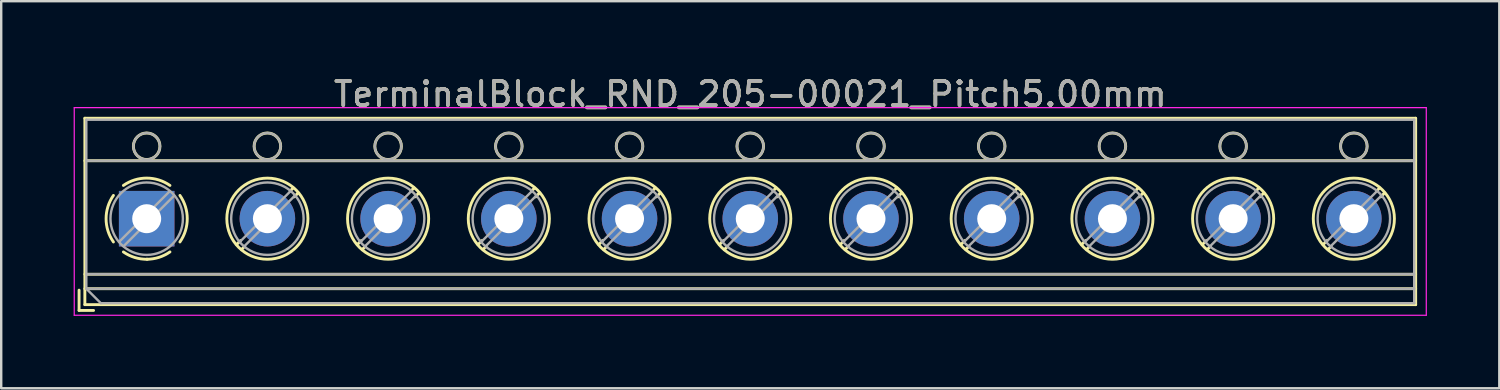
<source format=kicad_pcb>
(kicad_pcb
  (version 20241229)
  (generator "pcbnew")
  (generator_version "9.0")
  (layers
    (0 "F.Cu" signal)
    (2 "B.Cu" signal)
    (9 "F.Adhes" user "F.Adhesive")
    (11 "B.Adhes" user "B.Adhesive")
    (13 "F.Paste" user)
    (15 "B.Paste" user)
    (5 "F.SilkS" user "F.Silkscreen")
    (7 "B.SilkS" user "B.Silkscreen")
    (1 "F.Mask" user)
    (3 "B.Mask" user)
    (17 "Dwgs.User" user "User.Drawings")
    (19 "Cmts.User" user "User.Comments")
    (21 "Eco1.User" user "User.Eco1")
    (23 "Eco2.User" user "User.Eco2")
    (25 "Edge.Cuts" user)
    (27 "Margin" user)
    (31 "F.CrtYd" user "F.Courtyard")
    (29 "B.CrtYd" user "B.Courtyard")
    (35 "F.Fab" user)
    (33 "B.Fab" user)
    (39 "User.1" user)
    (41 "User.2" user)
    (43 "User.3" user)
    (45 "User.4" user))
  (footprint "TerminalBlock_RND_205-00021_Pitch5.00mm"
    (layer "F.Cu")
    (at 3.025 6.008)
    (property "Reference" "TerminalBlock_RND_205-00021_Pitch5.00mm" (at 25 -5.16 0) (layer "F.SilkS") (effects (font (size 1 1) (thickness 0.15))))
    (attr through_hole)
    (fp_line (start -2.8 2.96) (end -2.8 3.8) (stroke (width 0.12) (type solid)) (layer "F.SilkS"))
    (fp_line (start -2.8 3.8) (end -2.2 3.8) (stroke (width 0.12) (type solid)) (layer "F.SilkS"))
    (fp_line (start -2.56 -4.16) (end -2.56 3.56) (stroke (width 0.12) (type solid)) (layer "F.SilkS"))
    (fp_line (start -2.56 -2.4) (end 52.56 -2.4) (stroke (width 0.12) (type solid)) (layer "F.SilkS"))
    (fp_line (start -2.56 2.3) (end 52.56 2.3) (stroke (width 0.12) (type solid)) (layer "F.SilkS"))
    (fp_line (start -2.56 2.9) (end 52.56 2.9) (stroke (width 0.12) (type solid)) (layer "F.SilkS"))
    (fp_line (start -2.56 3.56) (end 52.56 3.56) (stroke (width 0.12) (type solid)) (layer "F.SilkS"))
    (fp_line (start 3.89 0.905) (end 3.726 1.069) (stroke (width 0.12) (type solid)) (layer "F.SilkS"))
    (fp_line (start 4.06 1.146) (end 3.931 1.274) (stroke (width 0.12) (type solid)) (layer "F.SilkS"))
    (fp_line (start 6.07 -1.275) (end 5.941 -1.146) (stroke (width 0.12) (type solid)) (layer "F.SilkS"))
    (fp_line (start 6.275 -1.069) (end 6.111 -0.905) (stroke (width 0.12) (type solid)) (layer "F.SilkS"))
    (fp_line (start 8.89 0.905) (end 8.726 1.069) (stroke (width 0.12) (type solid)) (layer "F.SilkS"))
    (fp_line (start 9.06 1.146) (end 8.931 1.274) (stroke (width 0.12) (type solid)) (layer "F.SilkS"))
    (fp_line (start 11.07 -1.275) (end 10.941 -1.146) (stroke (width 0.12) (type solid)) (layer "F.SilkS"))
    (fp_line (start 11.275 -1.069) (end 11.111 -0.905) (stroke (width 0.12) (type solid)) (layer "F.SilkS"))
    (fp_line (start 13.89 0.905) (end 13.726 1.069) (stroke (width 0.12) (type solid)) (layer "F.SilkS"))
    (fp_line (start 14.06 1.146) (end 13.931 1.274) (stroke (width 0.12) (type solid)) (layer "F.SilkS"))
    (fp_line (start 16.07 -1.275) (end 15.941 -1.146) (stroke (width 0.12) (type solid)) (layer "F.SilkS"))
    (fp_line (start 16.275 -1.069) (end 16.111 -0.905) (stroke (width 0.12) (type solid)) (layer "F.SilkS"))
    (fp_line (start 18.89 0.905) (end 18.726 1.069) (stroke (width 0.12) (type solid)) (layer "F.SilkS"))
    (fp_line (start 19.06 1.146) (end 18.931 1.274) (stroke (width 0.12) (type solid)) (layer "F.SilkS"))
    (fp_line (start 21.07 -1.275) (end 20.941 -1.146) (stroke (width 0.12) (type solid)) (layer "F.SilkS"))
    (fp_line (start 21.275 -1.069) (end 21.111 -0.905) (stroke (width 0.12) (type solid)) (layer "F.SilkS"))
    (fp_line (start 23.89 0.905) (end 23.726 1.069) (stroke (width 0.12) (type solid)) (layer "F.SilkS"))
    (fp_line (start 24.06 1.146) (end 23.931 1.274) (stroke (width 0.12) (type solid)) (layer "F.SilkS"))
    (fp_line (start 26.07 -1.275) (end 25.941 -1.146) (stroke (width 0.12) (type solid)) (layer "F.SilkS"))
    (fp_line (start 26.275 -1.069) (end 26.111 -0.905) (stroke (width 0.12) (type solid)) (layer "F.SilkS"))
    (fp_line (start 28.89 0.905) (end 28.726 1.069) (stroke (width 0.12) (type solid)) (layer "F.SilkS"))
    (fp_line (start 29.06 1.146) (end 28.931 1.274) (stroke (width 0.12) (type solid)) (layer "F.SilkS"))
    (fp_line (start 31.07 -1.275) (end 30.941 -1.146) (stroke (width 0.12) (type solid)) (layer "F.SilkS"))
    (fp_line (start 31.275 -1.069) (end 31.111 -0.905) (stroke (width 0.12) (type solid)) (layer "F.SilkS"))
    (fp_line (start 33.89 0.905) (end 33.726 1.069) (stroke (width 0.12) (type solid)) (layer "F.SilkS"))
    (fp_line (start 34.06 1.146) (end 33.931 1.274) (stroke (width 0.12) (type solid)) (layer "F.SilkS"))
    (fp_line (start 36.07 -1.275) (end 35.941 -1.146) (stroke (width 0.12) (type solid)) (layer "F.SilkS"))
    (fp_line (start 36.275 -1.069) (end 36.111 -0.905) (stroke (width 0.12) (type solid)) (layer "F.SilkS"))
    (fp_line (start 38.89 0.905) (end 38.726 1.069) (stroke (width 0.12) (type solid)) (layer "F.SilkS"))
    (fp_line (start 39.06 1.146) (end 38.931 1.274) (stroke (width 0.12) (type solid)) (layer "F.SilkS"))
    (fp_line (start 41.07 -1.275) (end 40.941 -1.146) (stroke (width 0.12) (type solid)) (layer "F.SilkS"))
    (fp_line (start 41.275 -1.069) (end 41.111 -0.905) (stroke (width 0.12) (type solid)) (layer "F.SilkS"))
    (fp_line (start 43.89 0.905) (end 43.726 1.069) (stroke (width 0.12) (type solid)) (layer "F.SilkS"))
    (fp_line (start 44.06 1.146) (end 43.931 1.274) (stroke (width 0.12) (type solid)) (layer "F.SilkS"))
    (fp_line (start 46.07 -1.275) (end 45.941 -1.146) (stroke (width 0.12) (type solid)) (layer "F.SilkS"))
    (fp_line (start 46.275 -1.069) (end 46.111 -0.905) (stroke (width 0.12) (type solid)) (layer "F.SilkS"))
    (fp_line (start 48.89 0.905) (end 48.726 1.069) (stroke (width 0.12) (type solid)) (layer "F.SilkS"))
    (fp_line (start 49.06 1.146) (end 48.931 1.274) (stroke (width 0.12) (type solid)) (layer "F.SilkS"))
    (fp_line (start 51.07 -1.275) (end 50.941 -1.146) (stroke (width 0.12) (type solid)) (layer "F.SilkS"))
    (fp_line (start 51.275 -1.069) (end 51.111 -0.905) (stroke (width 0.12) (type solid)) (layer "F.SilkS"))
    (fp_line (start 52.56 -4.16) (end -2.56 -4.16) (stroke (width 0.12) (type solid)) (layer "F.SilkS"))
    (fp_line (start 52.56 3.56) (end 52.56 -4.16) (stroke (width 0.12) (type solid)) (layer "F.SilkS"))
    (fp_arc (start -1.376825 0.964249) (mid -1.6809 0.000152) (end -1.377 -0.964) (stroke (width 0.12) (type solid)) (layer "F.SilkS"))
    (fp_arc (start -0.964249 -1.376825) (mid -0.000152 -1.6809) (end 0.964 -1.377) (stroke (width 0.12) (type solid)) (layer "F.SilkS"))
    (fp_arc (start 0.029488 1.680641) (mid -0.491302 1.607497) (end -0.964 1.377) (stroke (width 0.12) (type solid)) (layer "F.SilkS"))
    (fp_arc (start 0.963608 1.376175) (mid 0.505186 1.602244) (end 0 1.68) (stroke (width 0.12) (type solid)) (layer "F.SilkS"))
    (fp_arc (start 1.376825 -0.964249) (mid 1.6809 -0.000152) (end 1.377 0.964) (stroke (width 0.12) (type solid)) (layer "F.SilkS"))
    (fp_circle (center 0 -3) (end 0.55 -3) (stroke (width 0.12) (type solid)) (fill no) (layer "F.SilkS"))
    (fp_circle (center 5 -3) (end 5.55 -3) (stroke (width 0.12) (type solid)) (fill no) (layer "F.SilkS"))
    (fp_circle (center 5 0) (end 6.68 0) (stroke (width 0.12) (type solid)) (fill no) (layer "F.SilkS"))
    (fp_circle (center 10 -3) (end 10.55 -3) (stroke (width 0.12) (type solid)) (fill no) (layer "F.SilkS"))
    (fp_circle (center 10 0) (end 11.68 0) (stroke (width 0.12) (type solid)) (fill no) (layer "F.SilkS"))
    (fp_circle (center 15 -3) (end 15.55 -3) (stroke (width 0.12) (type solid)) (fill no) (layer "F.SilkS"))
    (fp_circle (center 15 0) (end 16.68 0) (stroke (width 0.12) (type solid)) (fill no) (layer "F.SilkS"))
    (fp_circle (center 20 -3) (end 20.55 -3) (stroke (width 0.12) (type solid)) (fill no) (layer "F.SilkS"))
    (fp_circle (center 20 0) (end 21.68 0) (stroke (width 0.12) (type solid)) (fill no) (layer "F.SilkS"))
    (fp_circle (center 25 -3) (end 25.55 -3) (stroke (width 0.12) (type solid)) (fill no) (layer "F.SilkS"))
    (fp_circle (center 25 0) (end 26.68 0) (stroke (width 0.12) (type solid)) (fill no) (layer "F.SilkS"))
    (fp_circle (center 30 -3) (end 30.55 -3) (stroke (width 0.12) (type solid)) (fill no) (layer "F.SilkS"))
    (fp_circle (center 30 0) (end 31.68 0) (stroke (width 0.12) (type solid)) (fill no) (layer "F.SilkS"))
    (fp_circle (center 35 -3) (end 35.55 -3) (stroke (width 0.12) (type solid)) (fill no) (layer "F.SilkS"))
    (fp_circle (center 35 0) (end 36.68 0) (stroke (width 0.12) (type solid)) (fill no) (layer "F.SilkS"))
    (fp_circle (center 40 -3) (end 40.55 -3) (stroke (width 0.12) (type solid)) (fill no) (layer "F.SilkS"))
    (fp_circle (center 40 0) (end 41.68 0) (stroke (width 0.12) (type solid)) (fill no) (layer "F.SilkS"))
    (fp_circle (center 45 -3) (end 45.55 -3) (stroke (width 0.12) (type solid)) (fill no) (layer "F.SilkS"))
    (fp_circle (center 45 0) (end 46.68 0) (stroke (width 0.12) (type solid)) (fill no) (layer "F.SilkS"))
    (fp_circle (center 50 -3) (end 50.55 -3) (stroke (width 0.12) (type solid)) (fill no) (layer "F.SilkS"))
    (fp_circle (center 50 0) (end 51.68 0) (stroke (width 0.12) (type solid)) (fill no) (layer "F.SilkS"))
    (fp_line (start -3 -4.6) (end -3 4) (stroke (width 0.05) (type solid)) (layer "F.CrtYd"))
    (fp_line (start -3 4) (end 53 4) (stroke (width 0.05) (type solid)) (layer "F.CrtYd"))
    (fp_line (start 53 -4.6) (end -3 -4.6) (stroke (width 0.05) (type solid)) (layer "F.CrtYd"))
    (fp_line (start 53 4) (end 53 -4.6) (stroke (width 0.05) (type solid)) (layer "F.CrtYd"))
    (fp_line (start -2.5 -4.1) (end 52.5 -4.1) (stroke (width 0.1) (type solid)) (layer "F.Fab"))
    (fp_line (start -2.5 -2.4) (end 52.5 -2.4) (stroke (width 0.1) (type solid)) (layer "F.Fab"))
    (fp_line (start -2.5 2.3) (end 52.5 2.3) (stroke (width 0.1) (type solid)) (layer "F.Fab"))
    (fp_line (start -2.5 2.9) (end -2.5 -4.1) (stroke (width 0.1) (type solid)) (layer "F.Fab"))
    (fp_line (start -2.5 2.9) (end 52.5 2.9) (stroke (width 0.1) (type solid)) (layer "F.Fab"))
    (fp_line (start -1.9 3.5) (end -2.5 2.9) (stroke (width 0.1) (type solid)) (layer "F.Fab"))
    (fp_line (start 0.955 -1.138) (end -1.138 0.955) (stroke (width 0.1) (type solid)) (layer "F.Fab"))
    (fp_line (start 1.138 -0.955) (end -0.955 1.138) (stroke (width 0.1) (type solid)) (layer "F.Fab"))
    (fp_line (start 5.955 -1.138) (end 3.863 0.955) (stroke (width 0.1) (type solid)) (layer "F.Fab"))
    (fp_line (start 6.138 -0.955) (end 4.046 1.138) (stroke (width 0.1) (type solid)) (layer "F.Fab"))
    (fp_line (start 10.955 -1.138) (end 8.863 0.955) (stroke (width 0.1) (type solid)) (layer "F.Fab"))
    (fp_line (start 11.138 -0.955) (end 9.046 1.138) (stroke (width 0.1) (type solid)) (layer "F.Fab"))
    (fp_line (start 15.955 -1.138) (end 13.863 0.955) (stroke (width 0.1) (type solid)) (layer "F.Fab"))
    (fp_line (start 16.138 -0.955) (end 14.046 1.138) (stroke (width 0.1) (type solid)) (layer "F.Fab"))
    (fp_line (start 20.955 -1.138) (end 18.863 0.955) (stroke (width 0.1) (type solid)) (layer "F.Fab"))
    (fp_line (start 21.138 -0.955) (end 19.046 1.138) (stroke (width 0.1) (type solid)) (layer "F.Fab"))
    (fp_line (start 25.955 -1.138) (end 23.863 0.955) (stroke (width 0.1) (type solid)) (layer "F.Fab"))
    (fp_line (start 26.138 -0.955) (end 24.046 1.138) (stroke (width 0.1) (type solid)) (layer "F.Fab"))
    (fp_line (start 30.955 -1.138) (end 28.863 0.955) (stroke (width 0.1) (type solid)) (layer "F.Fab"))
    (fp_line (start 31.138 -0.955) (end 29.046 1.138) (stroke (width 0.1) (type solid)) (layer "F.Fab"))
    (fp_line (start 35.955 -1.138) (end 33.863 0.955) (stroke (width 0.1) (type solid)) (layer "F.Fab"))
    (fp_line (start 36.138 -0.955) (end 34.046 1.138) (stroke (width 0.1) (type solid)) (layer "F.Fab"))
    (fp_line (start 40.955 -1.138) (end 38.863 0.955) (stroke (width 0.1) (type solid)) (layer "F.Fab"))
    (fp_line (start 41.138 -0.955) (end 39.046 1.138) (stroke (width 0.1) (type solid)) (layer "F.Fab"))
    (fp_line (start 45.955 -1.138) (end 43.863 0.955) (stroke (width 0.1) (type solid)) (layer "F.Fab"))
    (fp_line (start 46.138 -0.955) (end 44.046 1.138) (stroke (width 0.1) (type solid)) (layer "F.Fab"))
    (fp_line (start 50.955 -1.138) (end 48.863 0.955) (stroke (width 0.1) (type solid)) (layer "F.Fab"))
    (fp_line (start 51.138 -0.955) (end 49.046 1.138) (stroke (width 0.1) (type solid)) (layer "F.Fab"))
    (fp_line (start 52.5 -4.1) (end 52.5 3.5) (stroke (width 0.1) (type solid)) (layer "F.Fab"))
    (fp_line (start 52.5 3.5) (end -1.9 3.5) (stroke (width 0.1) (type solid)) (layer "F.Fab"))
    (fp_circle (center 0 -3) (end 0.55 -3) (stroke (width 0.1) (type solid)) (fill no) (layer "F.Fab"))
    (fp_circle (center 0 0) (end 1.5 0) (stroke (width 0.1) (type solid)) (fill no) (layer "F.Fab"))
    (fp_circle (center 5 -3) (end 5.55 -3) (stroke (width 0.1) (type solid)) (fill no) (layer "F.Fab"))
    (fp_circle (center 5 0) (end 6.5 0) (stroke (width 0.1) (type solid)) (fill no) (layer "F.Fab"))
    (fp_circle (center 10 -3) (end 10.55 -3) (stroke (width 0.1) (type solid)) (fill no) (layer "F.Fab"))
    (fp_circle (center 10 0) (end 11.5 0) (stroke (width 0.1) (type solid)) (fill no) (layer "F.Fab"))
    (fp_circle (center 15 -3) (end 15.55 -3) (stroke (width 0.1) (type solid)) (fill no) (layer "F.Fab"))
    (fp_circle (center 15 0) (end 16.5 0) (stroke (width 0.1) (type solid)) (fill no) (layer "F.Fab"))
    (fp_circle (center 20 -3) (end 20.55 -3) (stroke (width 0.1) (type solid)) (fill no) (layer "F.Fab"))
    (fp_circle (center 20 0) (end 21.5 0) (stroke (width 0.1) (type solid)) (fill no) (layer "F.Fab"))
    (fp_circle (center 25 -3) (end 25.55 -3) (stroke (width 0.1) (type solid)) (fill no) (layer "F.Fab"))
    (fp_circle (center 25 0) (end 26.5 0) (stroke (width 0.1) (type solid)) (fill no) (layer "F.Fab"))
    (fp_circle (center 30 -3) (end 30.55 -3) (stroke (width 0.1) (type solid)) (fill no) (layer "F.Fab"))
    (fp_circle (center 30 0) (end 31.5 0) (stroke (width 0.1) (type solid)) (fill no) (layer "F.Fab"))
    (fp_circle (center 35 -3) (end 35.55 -3) (stroke (width 0.1) (type solid)) (fill no) (layer "F.Fab"))
    (fp_circle (center 35 0) (end 36.5 0) (stroke (width 0.1) (type solid)) (fill no) (layer "F.Fab"))
    (fp_circle (center 40 -3) (end 40.55 -3) (stroke (width 0.1) (type solid)) (fill no) (layer "F.Fab"))
    (fp_circle (center 40 0) (end 41.5 0) (stroke (width 0.1) (type solid)) (fill no) (layer "F.Fab"))
    (fp_circle (center 45 -3) (end 45.55 -3) (stroke (width 0.1) (type solid)) (fill no) (layer "F.Fab"))
    (fp_circle (center 45 0) (end 46.5 0) (stroke (width 0.1) (type solid)) (fill no) (layer "F.Fab"))
    (fp_circle (center 50 -3) (end 50.55 -3) (stroke (width 0.1) (type solid)) (fill no) (layer "F.Fab"))
    (fp_circle (center 50 0) (end 51.5 0) (stroke (width 0.1) (type solid)) (fill no) (layer "F.Fab"))
    (fp_text user "${REFERENCE}" (at 25 -5.16 0) (layer "F.Fab") (effects (font (size 1 1) (thickness 0.15))))
    (pad "1" thru_hole rect (at 0 0) (size 2.3 2.3) (drill 1.2) (layers "*.Cu" "*.Mask"))
    (pad "2" thru_hole circle (at 5 0) (size 2.3 2.3) (drill 1.2) (layers "*.Cu" "*.Mask"))
    (pad "3" thru_hole circle (at 10 0) (size 2.3 2.3) (drill 1.2) (layers "*.Cu" "*.Mask"))
    (pad "4" thru_hole circle (at 15 0) (size 2.3 2.3) (drill 1.2) (layers "*.Cu" "*.Mask"))
    (pad "5" thru_hole circle (at 20 0) (size 2.3 2.3) (drill 1.2) (layers "*.Cu" "*.Mask"))
    (pad "6" thru_hole circle (at 25 0) (size 2.3 2.3) (drill 1.2) (layers "*.Cu" "*.Mask"))
    (pad "7" thru_hole circle (at 30 0) (size 2.3 2.3) (drill 1.2) (layers "*.Cu" "*.Mask"))
    (pad "8" thru_hole circle (at 35 0) (size 2.3 2.3) (drill 1.2) (layers "*.Cu" "*.Mask"))
    (pad "9" thru_hole circle (at 40 0) (size 2.3 2.3) (drill 1.2) (layers "*.Cu" "*.Mask"))
    (pad "10" thru_hole circle (at 45 0) (size 2.3 2.3) (drill 1.2) (layers "*.Cu" "*.Mask"))
    (pad "11" thru_hole circle (at 50 0) (size 2.3 2.3) (drill 1.2) (layers "*.Cu" "*.Mask")))
  (gr_rect
    (start -3 -3)
    (end 59.05 13.033)
    (stroke (width 0.1) (type default))
    (fill no)
    (layer "Edge.Cuts")))
</source>
